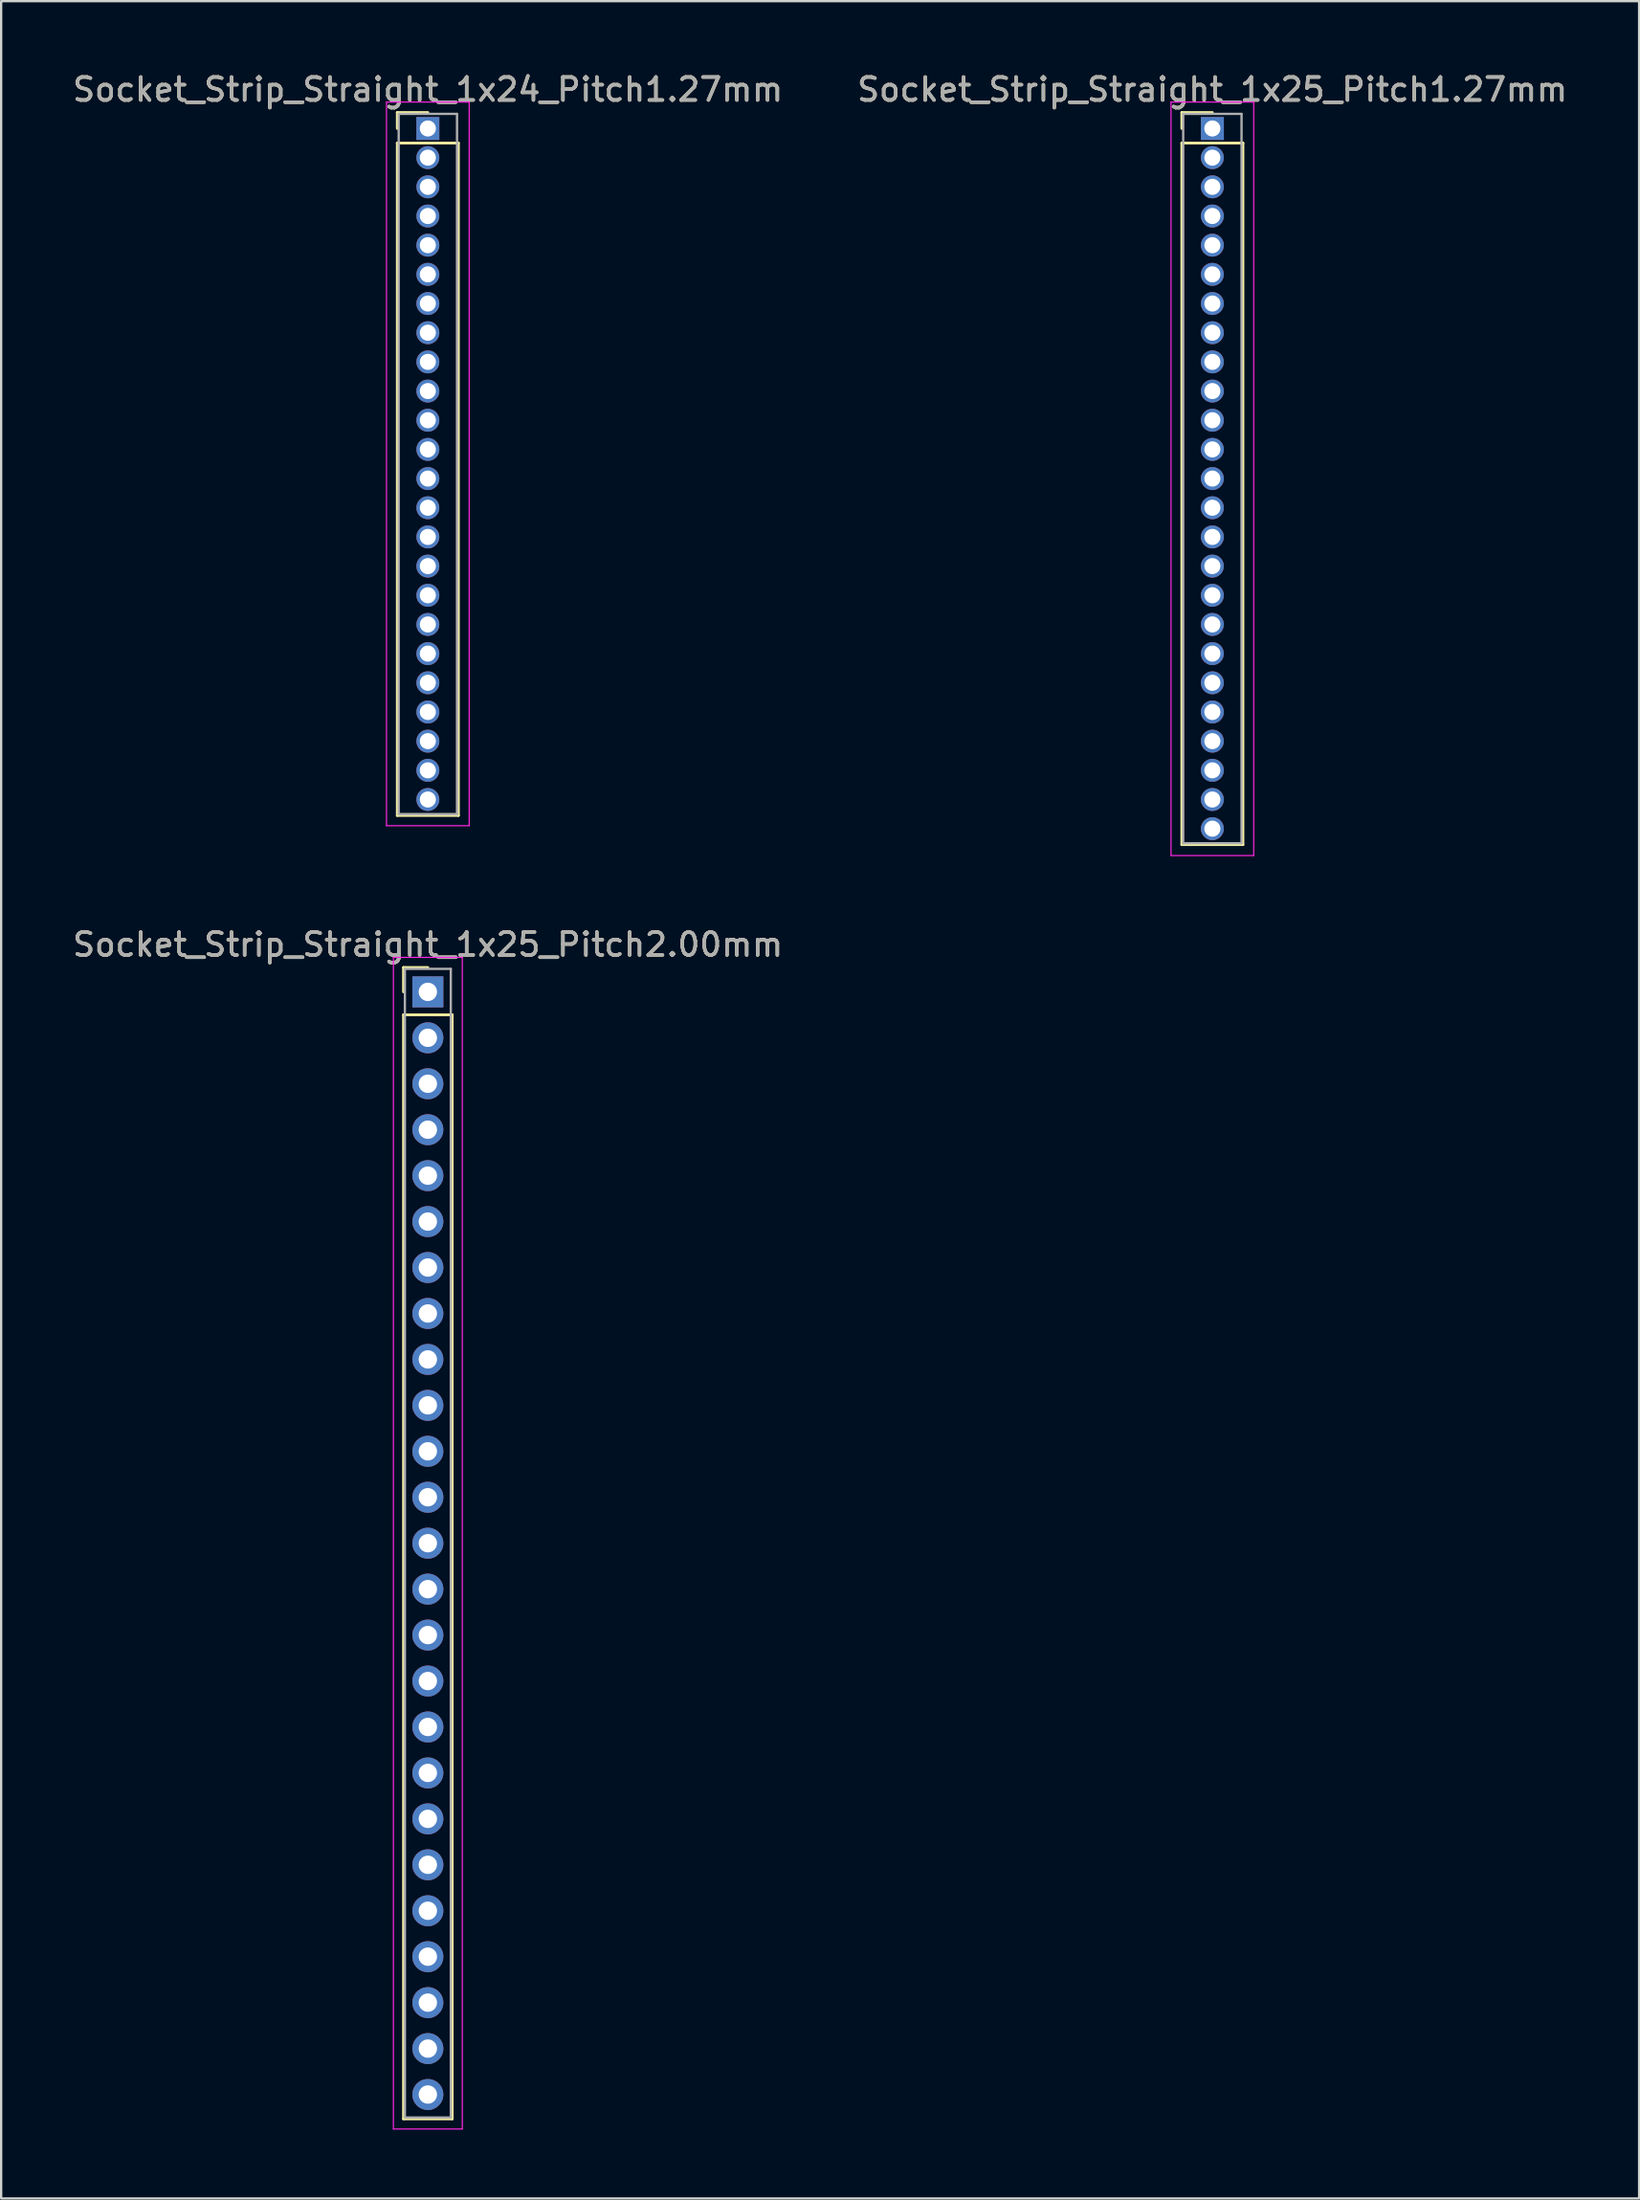
<source format=kicad_pcb>
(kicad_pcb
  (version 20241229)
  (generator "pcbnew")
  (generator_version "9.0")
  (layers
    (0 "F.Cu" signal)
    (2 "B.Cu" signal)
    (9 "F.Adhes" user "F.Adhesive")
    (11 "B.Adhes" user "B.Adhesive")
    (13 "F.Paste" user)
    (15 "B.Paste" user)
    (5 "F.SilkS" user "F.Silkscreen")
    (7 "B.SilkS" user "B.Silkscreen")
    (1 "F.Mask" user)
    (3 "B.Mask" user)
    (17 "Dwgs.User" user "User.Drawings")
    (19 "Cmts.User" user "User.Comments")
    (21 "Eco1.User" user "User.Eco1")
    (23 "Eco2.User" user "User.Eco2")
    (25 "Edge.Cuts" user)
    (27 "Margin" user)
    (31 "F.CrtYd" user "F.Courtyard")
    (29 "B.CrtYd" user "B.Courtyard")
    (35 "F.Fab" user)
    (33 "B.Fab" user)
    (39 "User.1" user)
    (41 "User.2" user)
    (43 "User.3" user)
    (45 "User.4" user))
  (footprint "Socket_Strip_Straight_1x24_Pitch1.27mm"
    (layer "F.Cu")
    (at 15.577 2.543)
    (property "Reference" "Socket_Strip_Straight_1x24_Pitch1.27mm" (at 0 -1.695 0) (layer "F.SilkS") (effects (font (size 1 1) (thickness 0.15))))
    (attr through_hole)
    (fp_line (start -1.33 -0.695) (end 0 -0.695) (stroke (width 0.12) (type solid)) (layer "F.SilkS"))
    (fp_line (start -1.33 0) (end -1.33 -0.695) (stroke (width 0.12) (type solid)) (layer "F.SilkS"))
    (fp_line (start -1.33 0.635) (end -1.33 29.905) (stroke (width 0.12) (type solid)) (layer "F.SilkS"))
    (fp_line (start -1.33 29.905) (end 1.33 29.905) (stroke (width 0.12) (type solid)) (layer "F.SilkS"))
    (fp_line (start 1.33 0.635) (end -1.33 0.635) (stroke (width 0.12) (type solid)) (layer "F.SilkS"))
    (fp_line (start 1.33 29.905) (end 1.33 0.635) (stroke (width 0.12) (type solid)) (layer "F.SilkS"))
    (fp_line (start -1.8 -1.15) (end -1.8 30.35) (stroke (width 0.05) (type solid)) (layer "F.CrtYd"))
    (fp_line (start -1.8 30.35) (end 1.8 30.35) (stroke (width 0.05) (type solid)) (layer "F.CrtYd"))
    (fp_line (start 1.8 -1.15) (end -1.8 -1.15) (stroke (width 0.05) (type solid)) (layer "F.CrtYd"))
    (fp_line (start 1.8 30.35) (end 1.8 -1.15) (stroke (width 0.05) (type solid)) (layer "F.CrtYd"))
    (fp_line (start -1.27 -0.635) (end -1.27 29.845) (stroke (width 0.1) (type solid)) (layer "F.Fab"))
    (fp_line (start -1.27 29.845) (end 1.27 29.845) (stroke (width 0.1) (type solid)) (layer "F.Fab"))
    (fp_line (start 1.27 -0.635) (end -1.27 -0.635) (stroke (width 0.1) (type solid)) (layer "F.Fab"))
    (fp_line (start 1.27 29.845) (end 1.27 -0.635) (stroke (width 0.1) (type solid)) (layer "F.Fab"))
    (fp_text user "${REFERENCE}" (at 0 -1.695 0) (layer "F.Fab") (effects (font (size 1 1) (thickness 0.15))))
    (pad "1" thru_hole rect (at 0 0) (size 1 1) (drill 0.7) (layers "*.Cu" "*.Mask"))
    (pad "2" thru_hole oval (at 0 1.27) (size 1 1) (drill 0.7) (layers "*.Cu" "*.Mask"))
    (pad "3" thru_hole oval (at 0 2.54) (size 1 1) (drill 0.7) (layers "*.Cu" "*.Mask"))
    (pad "4" thru_hole oval (at 0 3.81) (size 1 1) (drill 0.7) (layers "*.Cu" "*.Mask"))
    (pad "5" thru_hole oval (at 0 5.08) (size 1 1) (drill 0.7) (layers "*.Cu" "*.Mask"))
    (pad "6" thru_hole oval (at 0 6.35) (size 1 1) (drill 0.7) (layers "*.Cu" "*.Mask"))
    (pad "7" thru_hole oval (at 0 7.62) (size 1 1) (drill 0.7) (layers "*.Cu" "*.Mask"))
    (pad "8" thru_hole oval (at 0 8.89) (size 1 1) (drill 0.7) (layers "*.Cu" "*.Mask"))
    (pad "9" thru_hole oval (at 0 10.16) (size 1 1) (drill 0.7) (layers "*.Cu" "*.Mask"))
    (pad "10" thru_hole oval (at 0 11.43) (size 1 1) (drill 0.7) (layers "*.Cu" "*.Mask"))
    (pad "11" thru_hole oval (at 0 12.7) (size 1 1) (drill 0.7) (layers "*.Cu" "*.Mask"))
    (pad "12" thru_hole oval (at 0 13.97) (size 1 1) (drill 0.7) (layers "*.Cu" "*.Mask"))
    (pad "13" thru_hole oval (at 0 15.24) (size 1 1) (drill 0.7) (layers "*.Cu" "*.Mask"))
    (pad "14" thru_hole oval (at 0 16.51) (size 1 1) (drill 0.7) (layers "*.Cu" "*.Mask"))
    (pad "15" thru_hole oval (at 0 17.78) (size 1 1) (drill 0.7) (layers "*.Cu" "*.Mask"))
    (pad "16" thru_hole oval (at 0 19.05) (size 1 1) (drill 0.7) (layers "*.Cu" "*.Mask"))
    (pad "17" thru_hole oval (at 0 20.32) (size 1 1) (drill 0.7) (layers "*.Cu" "*.Mask"))
    (pad "18" thru_hole oval (at 0 21.59) (size 1 1) (drill 0.7) (layers "*.Cu" "*.Mask"))
    (pad "19" thru_hole oval (at 0 22.86) (size 1 1) (drill 0.7) (layers "*.Cu" "*.Mask"))
    (pad "20" thru_hole oval (at 0 24.13) (size 1 1) (drill 0.7) (layers "*.Cu" "*.Mask"))
    (pad "21" thru_hole oval (at 0 25.4) (size 1 1) (drill 0.7) (layers "*.Cu" "*.Mask"))
    (pad "22" thru_hole oval (at 0 26.67) (size 1 1) (drill 0.7) (layers "*.Cu" "*.Mask"))
    (pad "23" thru_hole oval (at 0 27.94) (size 1 1) (drill 0.7) (layers "*.Cu" "*.Mask"))
    (pad "24" thru_hole oval (at 0 29.21) (size 1 1) (drill 0.7) (layers "*.Cu" "*.Mask")))
  (footprint "Socket_Strip_Straight_1x25_Pitch1.27mm"
    (layer "F.Cu")
    (at 49.732 2.543)
    (property "Reference" "Socket_Strip_Straight_1x25_Pitch1.27mm" (at 0 -1.695 0) (layer "F.SilkS") (effects (font (size 1 1) (thickness 0.15))))
    (attr through_hole)
    (fp_line (start -1.33 -0.695) (end 0 -0.695) (stroke (width 0.12) (type solid)) (layer "F.SilkS"))
    (fp_line (start -1.33 0) (end -1.33 -0.695) (stroke (width 0.12) (type solid)) (layer "F.SilkS"))
    (fp_line (start -1.33 0.635) (end -1.33 31.175) (stroke (width 0.12) (type solid)) (layer "F.SilkS"))
    (fp_line (start -1.33 31.175) (end 1.33 31.175) (stroke (width 0.12) (type solid)) (layer "F.SilkS"))
    (fp_line (start 1.33 0.635) (end -1.33 0.635) (stroke (width 0.12) (type solid)) (layer "F.SilkS"))
    (fp_line (start 1.33 31.175) (end 1.33 0.635) (stroke (width 0.12) (type solid)) (layer "F.SilkS"))
    (fp_line (start -1.8 -1.15) (end -1.8 31.65) (stroke (width 0.05) (type solid)) (layer "F.CrtYd"))
    (fp_line (start -1.8 31.65) (end 1.8 31.65) (stroke (width 0.05) (type solid)) (layer "F.CrtYd"))
    (fp_line (start 1.8 -1.15) (end -1.8 -1.15) (stroke (width 0.05) (type solid)) (layer "F.CrtYd"))
    (fp_line (start 1.8 31.65) (end 1.8 -1.15) (stroke (width 0.05) (type solid)) (layer "F.CrtYd"))
    (fp_line (start -1.27 -0.635) (end -1.27 31.115) (stroke (width 0.1) (type solid)) (layer "F.Fab"))
    (fp_line (start -1.27 31.115) (end 1.27 31.115) (stroke (width 0.1) (type solid)) (layer "F.Fab"))
    (fp_line (start 1.27 -0.635) (end -1.27 -0.635) (stroke (width 0.1) (type solid)) (layer "F.Fab"))
    (fp_line (start 1.27 31.115) (end 1.27 -0.635) (stroke (width 0.1) (type solid)) (layer "F.Fab"))
    (fp_text user "${REFERENCE}" (at 0 -1.695 0) (layer "F.Fab") (effects (font (size 1 1) (thickness 0.15))))
    (pad "1" thru_hole rect (at 0 0) (size 1 1) (drill 0.7) (layers "*.Cu" "*.Mask"))
    (pad "2" thru_hole oval (at 0 1.27) (size 1 1) (drill 0.7) (layers "*.Cu" "*.Mask"))
    (pad "3" thru_hole oval (at 0 2.54) (size 1 1) (drill 0.7) (layers "*.Cu" "*.Mask"))
    (pad "4" thru_hole oval (at 0 3.81) (size 1 1) (drill 0.7) (layers "*.Cu" "*.Mask"))
    (pad "5" thru_hole oval (at 0 5.08) (size 1 1) (drill 0.7) (layers "*.Cu" "*.Mask"))
    (pad "6" thru_hole oval (at 0 6.35) (size 1 1) (drill 0.7) (layers "*.Cu" "*.Mask"))
    (pad "7" thru_hole oval (at 0 7.62) (size 1 1) (drill 0.7) (layers "*.Cu" "*.Mask"))
    (pad "8" thru_hole oval (at 0 8.89) (size 1 1) (drill 0.7) (layers "*.Cu" "*.Mask"))
    (pad "9" thru_hole oval (at 0 10.16) (size 1 1) (drill 0.7) (layers "*.Cu" "*.Mask"))
    (pad "10" thru_hole oval (at 0 11.43) (size 1 1) (drill 0.7) (layers "*.Cu" "*.Mask"))
    (pad "11" thru_hole oval (at 0 12.7) (size 1 1) (drill 0.7) (layers "*.Cu" "*.Mask"))
    (pad "12" thru_hole oval (at 0 13.97) (size 1 1) (drill 0.7) (layers "*.Cu" "*.Mask"))
    (pad "13" thru_hole oval (at 0 15.24) (size 1 1) (drill 0.7) (layers "*.Cu" "*.Mask"))
    (pad "14" thru_hole oval (at 0 16.51) (size 1 1) (drill 0.7) (layers "*.Cu" "*.Mask"))
    (pad "15" thru_hole oval (at 0 17.78) (size 1 1) (drill 0.7) (layers "*.Cu" "*.Mask"))
    (pad "16" thru_hole oval (at 0 19.05) (size 1 1) (drill 0.7) (layers "*.Cu" "*.Mask"))
    (pad "17" thru_hole oval (at 0 20.32) (size 1 1) (drill 0.7) (layers "*.Cu" "*.Mask"))
    (pad "18" thru_hole oval (at 0 21.59) (size 1 1) (drill 0.7) (layers "*.Cu" "*.Mask"))
    (pad "19" thru_hole oval (at 0 22.86) (size 1 1) (drill 0.7) (layers "*.Cu" "*.Mask"))
    (pad "20" thru_hole oval (at 0 24.13) (size 1 1) (drill 0.7) (layers "*.Cu" "*.Mask"))
    (pad "21" thru_hole oval (at 0 25.4) (size 1 1) (drill 0.7) (layers "*.Cu" "*.Mask"))
    (pad "22" thru_hole oval (at 0 26.67) (size 1 1) (drill 0.7) (layers "*.Cu" "*.Mask"))
    (pad "23" thru_hole oval (at 0 27.94) (size 1 1) (drill 0.7) (layers "*.Cu" "*.Mask"))
    (pad "24" thru_hole oval (at 0 29.21) (size 1 1) (drill 0.7) (layers "*.Cu" "*.Mask"))
    (pad "25" thru_hole oval (at 0 30.48) (size 1 1) (drill 0.7) (layers "*.Cu" "*.Mask")))
  (footprint "Socket_Strip_Straight_1x25_Pitch2.00mm"
    (layer "F.Cu")
    (at 15.577 40.127)
    (property "Reference" "Socket_Strip_Straight_1x25_Pitch2.00mm" (at 0 -2.06 0) (layer "F.SilkS") (effects (font (size 1 1) (thickness 0.15))))
    (attr through_hole)
    (fp_line (start -1.06 -1.06) (end 0 -1.06) (stroke (width 0.12) (type solid)) (layer "F.SilkS"))
    (fp_line (start -1.06 0) (end -1.06 -1.06) (stroke (width 0.12) (type solid)) (layer "F.SilkS"))
    (fp_line (start -1.06 1) (end -1.06 49.06) (stroke (width 0.12) (type solid)) (layer "F.SilkS"))
    (fp_line (start -1.06 49.06) (end 1.06 49.06) (stroke (width 0.12) (type solid)) (layer "F.SilkS"))
    (fp_line (start 1.06 1) (end -1.06 1) (stroke (width 0.12) (type solid)) (layer "F.SilkS"))
    (fp_line (start 1.06 49.06) (end 1.06 1) (stroke (width 0.12) (type solid)) (layer "F.SilkS"))
    (fp_line (start -1.5 -1.5) (end -1.5 49.5) (stroke (width 0.05) (type solid)) (layer "F.CrtYd"))
    (fp_line (start -1.5 49.5) (end 1.5 49.5) (stroke (width 0.05) (type solid)) (layer "F.CrtYd"))
    (fp_line (start 1.5 -1.5) (end -1.5 -1.5) (stroke (width 0.05) (type solid)) (layer "F.CrtYd"))
    (fp_line (start 1.5 49.5) (end 1.5 -1.5) (stroke (width 0.05) (type solid)) (layer "F.CrtYd"))
    (fp_line (start -1 -1) (end -1 49) (stroke (width 0.1) (type solid)) (layer "F.Fab"))
    (fp_line (start -1 49) (end 1 49) (stroke (width 0.1) (type solid)) (layer "F.Fab"))
    (fp_line (start 1 -1) (end -1 -1) (stroke (width 0.1) (type solid)) (layer "F.Fab"))
    (fp_line (start 1 49) (end 1 -1) (stroke (width 0.1) (type solid)) (layer "F.Fab"))
    (fp_text user "${REFERENCE}" (at 0 -2.06 0) (layer "F.Fab") (effects (font (size 1 1) (thickness 0.15))))
    (pad "1" thru_hole rect (at 0 0) (size 1.35 1.35) (drill 0.8) (layers "*.Cu" "*.Mask"))
    (pad "2" thru_hole oval (at 0 2) (size 1.35 1.35) (drill 0.8) (layers "*.Cu" "*.Mask"))
    (pad "3" thru_hole oval (at 0 4) (size 1.35 1.35) (drill 0.8) (layers "*.Cu" "*.Mask"))
    (pad "4" thru_hole oval (at 0 6) (size 1.35 1.35) (drill 0.8) (layers "*.Cu" "*.Mask"))
    (pad "5" thru_hole oval (at 0 8) (size 1.35 1.35) (drill 0.8) (layers "*.Cu" "*.Mask"))
    (pad "6" thru_hole oval (at 0 10) (size 1.35 1.35) (drill 0.8) (layers "*.Cu" "*.Mask"))
    (pad "7" thru_hole oval (at 0 12) (size 1.35 1.35) (drill 0.8) (layers "*.Cu" "*.Mask"))
    (pad "8" thru_hole oval (at 0 14) (size 1.35 1.35) (drill 0.8) (layers "*.Cu" "*.Mask"))
    (pad "9" thru_hole oval (at 0 16) (size 1.35 1.35) (drill 0.8) (layers "*.Cu" "*.Mask"))
    (pad "10" thru_hole oval (at 0 18) (size 1.35 1.35) (drill 0.8) (layers "*.Cu" "*.Mask"))
    (pad "11" thru_hole oval (at 0 20) (size 1.35 1.35) (drill 0.8) (layers "*.Cu" "*.Mask"))
    (pad "12" thru_hole oval (at 0 22) (size 1.35 1.35) (drill 0.8) (layers "*.Cu" "*.Mask"))
    (pad "13" thru_hole oval (at 0 24) (size 1.35 1.35) (drill 0.8) (layers "*.Cu" "*.Mask"))
    (pad "14" thru_hole oval (at 0 26) (size 1.35 1.35) (drill 0.8) (layers "*.Cu" "*.Mask"))
    (pad "15" thru_hole oval (at 0 28) (size 1.35 1.35) (drill 0.8) (layers "*.Cu" "*.Mask"))
    (pad "16" thru_hole oval (at 0 30) (size 1.35 1.35) (drill 0.8) (layers "*.Cu" "*.Mask"))
    (pad "17" thru_hole oval (at 0 32) (size 1.35 1.35) (drill 0.8) (layers "*.Cu" "*.Mask"))
    (pad "18" thru_hole oval (at 0 34) (size 1.35 1.35) (drill 0.8) (layers "*.Cu" "*.Mask"))
    (pad "19" thru_hole oval (at 0 36) (size 1.35 1.35) (drill 0.8) (layers "*.Cu" "*.Mask"))
    (pad "20" thru_hole oval (at 0 38) (size 1.35 1.35) (drill 0.8) (layers "*.Cu" "*.Mask"))
    (pad "21" thru_hole oval (at 0 40) (size 1.35 1.35) (drill 0.8) (layers "*.Cu" "*.Mask"))
    (pad "22" thru_hole oval (at 0 42) (size 1.35 1.35) (drill 0.8) (layers "*.Cu" "*.Mask"))
    (pad "23" thru_hole oval (at 0 44) (size 1.35 1.35) (drill 0.8) (layers "*.Cu" "*.Mask"))
    (pad "24" thru_hole oval (at 0 46) (size 1.35 1.35) (drill 0.8) (layers "*.Cu" "*.Mask"))
    (pad "25" thru_hole oval (at 0 48) (size 1.35 1.35) (drill 0.8) (layers "*.Cu" "*.Mask")))
  (gr_rect
    (start -3 -3)
    (end 68.31 92.651)
    (stroke (width 0.1) (type default))
    (fill no)
    (layer "Edge.Cuts")))
</source>
